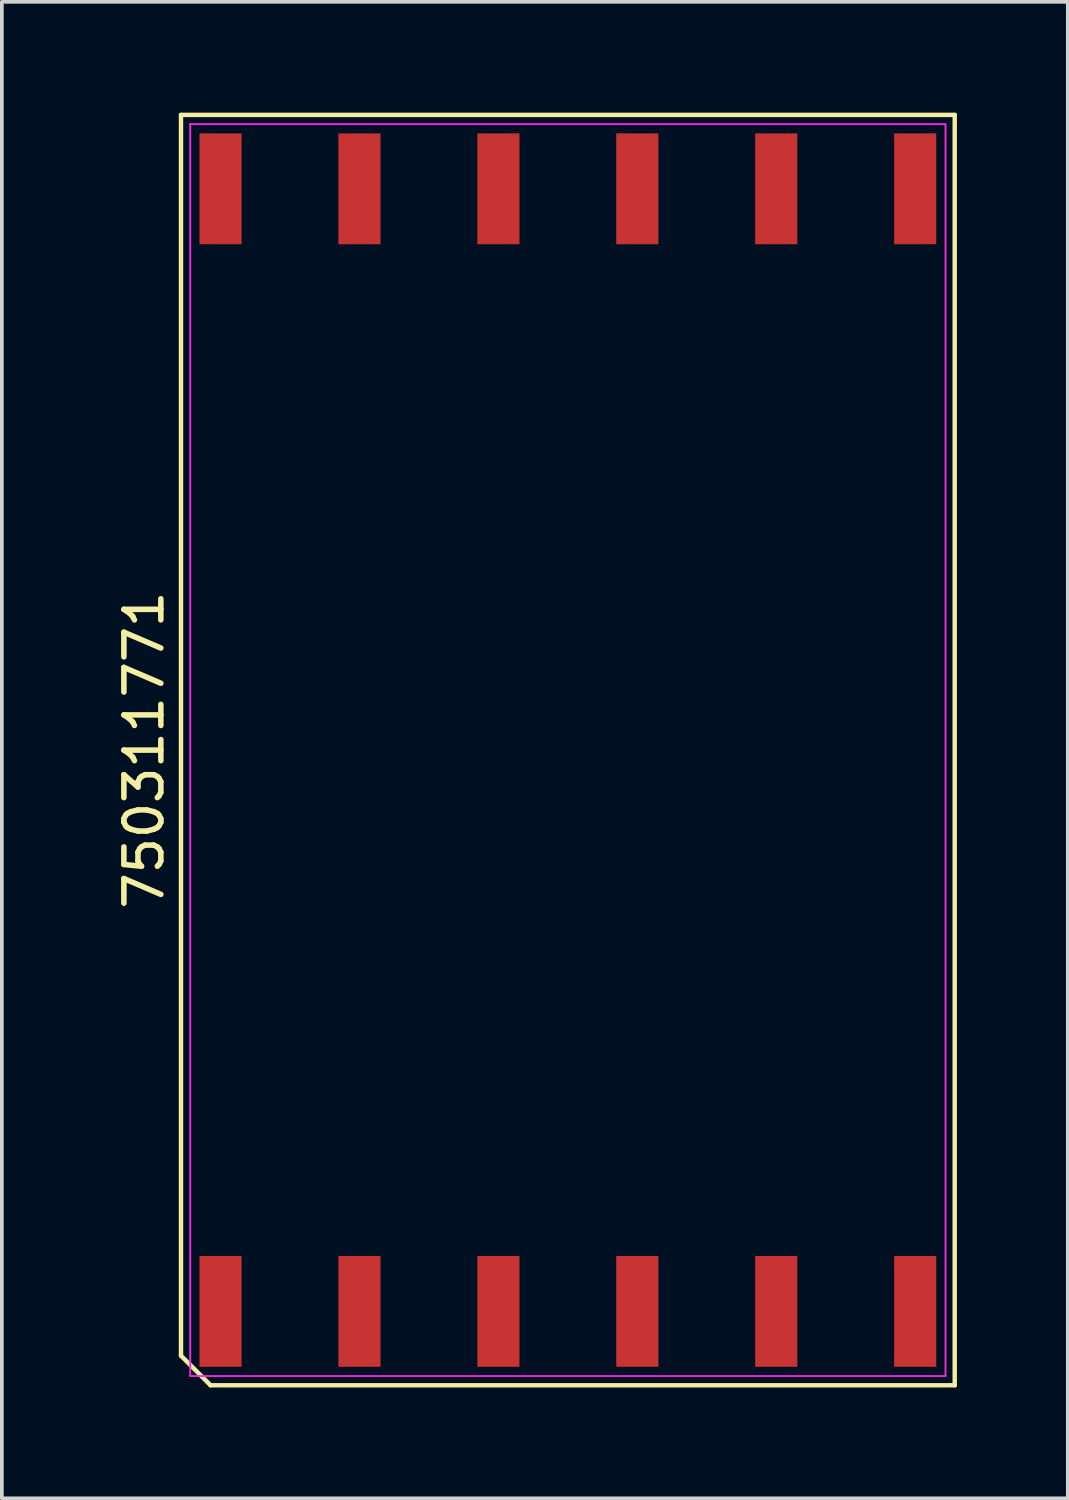
<source format=kicad_pcb>
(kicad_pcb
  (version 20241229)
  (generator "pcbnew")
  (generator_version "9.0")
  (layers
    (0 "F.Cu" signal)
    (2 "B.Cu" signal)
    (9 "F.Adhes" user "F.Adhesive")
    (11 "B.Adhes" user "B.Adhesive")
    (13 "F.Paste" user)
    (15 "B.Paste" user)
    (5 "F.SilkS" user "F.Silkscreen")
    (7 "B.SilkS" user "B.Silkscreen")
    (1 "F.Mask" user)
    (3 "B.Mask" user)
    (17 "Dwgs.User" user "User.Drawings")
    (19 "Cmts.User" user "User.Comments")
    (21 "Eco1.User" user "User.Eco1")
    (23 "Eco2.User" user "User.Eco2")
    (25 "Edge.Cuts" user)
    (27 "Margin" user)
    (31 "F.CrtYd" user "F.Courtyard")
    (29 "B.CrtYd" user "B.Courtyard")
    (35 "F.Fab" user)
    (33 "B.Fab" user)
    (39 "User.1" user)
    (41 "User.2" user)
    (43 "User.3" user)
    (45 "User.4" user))
  (footprint "750311771"
    (layer "F.Cu")
    (at 12.318 17.25)
    (property "Reference" "750311771" (at -11.47 0 90) (layer "F.SilkS") (effects (font (size 1 1) (thickness 0.15))))
    (attr smd)
    (fp_line (start -10.47 -17.19) (end 10.47 -17.19) (stroke (width 0.12) (type solid)) (layer "F.SilkS"))
    (fp_line (start -10.47 16.39) (end -10.47 -17.19) (stroke (width 0.12) (type solid)) (layer "F.SilkS"))
    (fp_line (start -9.67 17.19) (end -10.47 16.39) (stroke (width 0.12) (type solid)) (layer "F.SilkS"))
    (fp_line (start 10.47 -17.19) (end 10.47 17.19) (stroke (width 0.12) (type solid)) (layer "F.SilkS"))
    (fp_line (start 10.47 17.19) (end -9.67 17.19) (stroke (width 0.12) (type solid)) (layer "F.SilkS"))
    (fp_line (start -10.22 -16.94) (end 10.22 -16.94) (stroke (width 0.05) (type solid)) (layer "F.CrtYd"))
    (fp_line (start -10.22 16.94) (end -10.22 -16.94) (stroke (width 0.05) (type solid)) (layer "F.CrtYd"))
    (fp_line (start 10.22 -16.94) (end 10.22 16.94) (stroke (width 0.05) (type solid)) (layer "F.CrtYd"))
    (fp_line (start 10.22 16.94) (end -10.22 16.94) (stroke (width 0.05) (type solid)) (layer "F.CrtYd"))
    (pad "1" smd rect (at -9.4 15.19) (size 1.14 3) (layers "F.Cu" "F.Mask" "F.Paste"))
    (pad "2" smd rect (at -5.64 15.19) (size 1.14 3) (layers "F.Cu" "F.Mask" "F.Paste"))
    (pad "3" smd rect (at -1.88 15.19) (size 1.14 3) (layers "F.Cu" "F.Mask" "F.Paste"))
    (pad "4" smd rect (at 1.88 15.19) (size 1.14 3) (layers "F.Cu" "F.Mask" "F.Paste"))
    (pad "5" smd rect (at 5.64 15.19) (size 1.14 3) (layers "F.Cu" "F.Mask" "F.Paste"))
    (pad "6" smd rect (at 9.4 15.19) (size 1.14 3) (layers "F.Cu" "F.Mask" "F.Paste"))
    (pad "7" smd rect (at 9.4 -15.19) (size 1.14 3) (layers "F.Cu" "F.Mask" "F.Paste"))
    (pad "8" smd rect (at 5.64 -15.19) (size 1.14 3) (layers "F.Cu" "F.Mask" "F.Paste"))
    (pad "9" smd rect (at 1.88 -15.19) (size 1.14 3) (layers "F.Cu" "F.Mask" "F.Paste"))
    (pad "10" smd rect (at -1.88 -15.19) (size 1.14 3) (layers "F.Cu" "F.Mask" "F.Paste"))
    (pad "11" smd rect (at -5.64 -15.19) (size 1.14 3) (layers "F.Cu" "F.Mask" "F.Paste"))
    (pad "12" smd rect (at -9.4 -15.19) (size 1.14 3) (layers "F.Cu" "F.Mask" "F.Paste")))
  (gr_rect
    (start -3 -3)
    (end 25.848 37.5)
    (stroke (width 0.1) (type default))
    (fill no)
    (layer "Edge.Cuts")))
</source>
